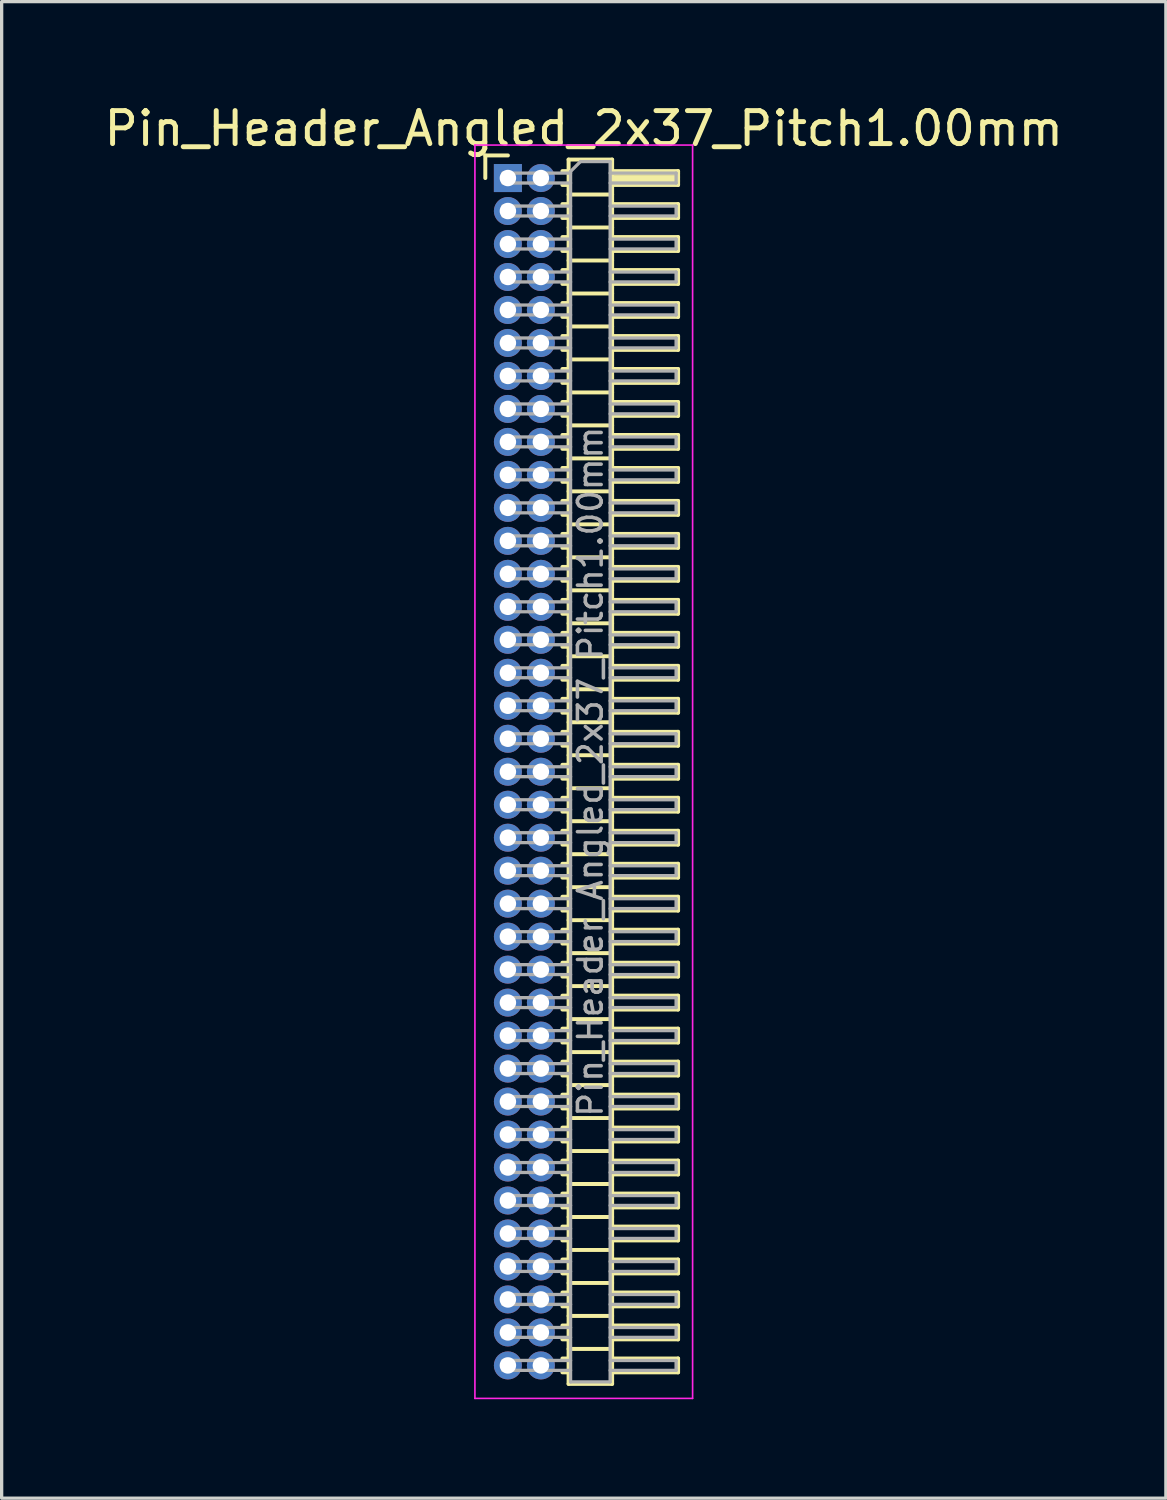
<source format=kicad_pcb>
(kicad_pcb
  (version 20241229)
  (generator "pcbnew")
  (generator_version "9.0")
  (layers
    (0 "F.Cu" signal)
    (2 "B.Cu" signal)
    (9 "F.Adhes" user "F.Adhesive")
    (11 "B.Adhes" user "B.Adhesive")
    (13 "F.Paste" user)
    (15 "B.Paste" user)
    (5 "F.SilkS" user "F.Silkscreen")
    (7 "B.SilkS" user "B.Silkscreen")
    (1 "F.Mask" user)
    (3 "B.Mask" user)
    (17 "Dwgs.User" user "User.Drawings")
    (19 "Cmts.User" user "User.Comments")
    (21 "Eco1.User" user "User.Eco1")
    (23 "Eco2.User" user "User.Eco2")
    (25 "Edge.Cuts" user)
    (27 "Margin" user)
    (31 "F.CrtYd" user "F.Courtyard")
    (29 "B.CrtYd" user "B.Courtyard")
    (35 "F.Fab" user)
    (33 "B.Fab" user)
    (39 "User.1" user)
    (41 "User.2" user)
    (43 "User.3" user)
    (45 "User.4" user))
  (footprint "Pin_Header_Angled_2x37_Pitch1.00mm"
    (layer "F.Cu")
    (at 12.349 2.348)
    (property "Reference" "Pin_Header_Angled_2x37_Pitch1.00mm" (at 2.3 -1.5 0) (layer "F.SilkS") (effects (font (size 1 1) (thickness 0.15))))
    (attr through_hole)
    (fp_line (start -0.685 -0.685) (end 0 -0.685) (stroke (width 0.12) (type solid)) (layer "F.SilkS"))
    (fp_line (start -0.685 0) (end -0.685 -0.685) (stroke (width 0.12) (type solid)) (layer "F.SilkS"))
    (fp_line (start 1.652 -0.21) (end 1.84 -0.21) (stroke (width 0.12) (type solid)) (layer "F.SilkS"))
    (fp_line (start 1.652 0.21) (end 1.84 0.21) (stroke (width 0.12) (type solid)) (layer "F.SilkS"))
    (fp_line (start 1.652 0.79) (end 1.84 0.79) (stroke (width 0.12) (type solid)) (layer "F.SilkS"))
    (fp_line (start 1.652 1.21) (end 1.84 1.21) (stroke (width 0.12) (type solid)) (layer "F.SilkS"))
    (fp_line (start 1.652 1.79) (end 1.84 1.79) (stroke (width 0.12) (type solid)) (layer "F.SilkS"))
    (fp_line (start 1.652 2.21) (end 1.84 2.21) (stroke (width 0.12) (type solid)) (layer "F.SilkS"))
    (fp_line (start 1.652 2.79) (end 1.84 2.79) (stroke (width 0.12) (type solid)) (layer "F.SilkS"))
    (fp_line (start 1.652 3.21) (end 1.84 3.21) (stroke (width 0.12) (type solid)) (layer "F.SilkS"))
    (fp_line (start 1.652 3.79) (end 1.84 3.79) (stroke (width 0.12) (type solid)) (layer "F.SilkS"))
    (fp_line (start 1.652 4.21) (end 1.84 4.21) (stroke (width 0.12) (type solid)) (layer "F.SilkS"))
    (fp_line (start 1.652 4.79) (end 1.84 4.79) (stroke (width 0.12) (type solid)) (layer "F.SilkS"))
    (fp_line (start 1.652 5.21) (end 1.84 5.21) (stroke (width 0.12) (type solid)) (layer "F.SilkS"))
    (fp_line (start 1.652 5.79) (end 1.84 5.79) (stroke (width 0.12) (type solid)) (layer "F.SilkS"))
    (fp_line (start 1.652 6.21) (end 1.84 6.21) (stroke (width 0.12) (type solid)) (layer "F.SilkS"))
    (fp_line (start 1.652 6.79) (end 1.84 6.79) (stroke (width 0.12) (type solid)) (layer "F.SilkS"))
    (fp_line (start 1.652 7.21) (end 1.84 7.21) (stroke (width 0.12) (type solid)) (layer "F.SilkS"))
    (fp_line (start 1.652 7.79) (end 1.84 7.79) (stroke (width 0.12) (type solid)) (layer "F.SilkS"))
    (fp_line (start 1.652 8.21) (end 1.84 8.21) (stroke (width 0.12) (type solid)) (layer "F.SilkS"))
    (fp_line (start 1.652 8.79) (end 1.84 8.79) (stroke (width 0.12) (type solid)) (layer "F.SilkS"))
    (fp_line (start 1.652 9.21) (end 1.84 9.21) (stroke (width 0.12) (type solid)) (layer "F.SilkS"))
    (fp_line (start 1.652 9.79) (end 1.84 9.79) (stroke (width 0.12) (type solid)) (layer "F.SilkS"))
    (fp_line (start 1.652 10.21) (end 1.84 10.21) (stroke (width 0.12) (type solid)) (layer "F.SilkS"))
    (fp_line (start 1.652 10.79) (end 1.84 10.79) (stroke (width 0.12) (type solid)) (layer "F.SilkS"))
    (fp_line (start 1.652 11.21) (end 1.84 11.21) (stroke (width 0.12) (type solid)) (layer "F.SilkS"))
    (fp_line (start 1.652 11.79) (end 1.84 11.79) (stroke (width 0.12) (type solid)) (layer "F.SilkS"))
    (fp_line (start 1.652 12.21) (end 1.84 12.21) (stroke (width 0.12) (type solid)) (layer "F.SilkS"))
    (fp_line (start 1.652 12.79) (end 1.84 12.79) (stroke (width 0.12) (type solid)) (layer "F.SilkS"))
    (fp_line (start 1.652 13.21) (end 1.84 13.21) (stroke (width 0.12) (type solid)) (layer "F.SilkS"))
    (fp_line (start 1.652 13.79) (end 1.84 13.79) (stroke (width 0.12) (type solid)) (layer "F.SilkS"))
    (fp_line (start 1.652 14.21) (end 1.84 14.21) (stroke (width 0.12) (type solid)) (layer "F.SilkS"))
    (fp_line (start 1.652 14.79) (end 1.84 14.79) (stroke (width 0.12) (type solid)) (layer "F.SilkS"))
    (fp_line (start 1.652 15.21) (end 1.84 15.21) (stroke (width 0.12) (type solid)) (layer "F.SilkS"))
    (fp_line (start 1.652 15.79) (end 1.84 15.79) (stroke (width 0.12) (type solid)) (layer "F.SilkS"))
    (fp_line (start 1.652 16.21) (end 1.84 16.21) (stroke (width 0.12) (type solid)) (layer "F.SilkS"))
    (fp_line (start 1.652 16.79) (end 1.84 16.79) (stroke (width 0.12) (type solid)) (layer "F.SilkS"))
    (fp_line (start 1.652 17.21) (end 1.84 17.21) (stroke (width 0.12) (type solid)) (layer "F.SilkS"))
    (fp_line (start 1.652 17.79) (end 1.84 17.79) (stroke (width 0.12) (type solid)) (layer "F.SilkS"))
    (fp_line (start 1.652 18.21) (end 1.84 18.21) (stroke (width 0.12) (type solid)) (layer "F.SilkS"))
    (fp_line (start 1.652 18.79) (end 1.84 18.79) (stroke (width 0.12) (type solid)) (layer "F.SilkS"))
    (fp_line (start 1.652 19.21) (end 1.84 19.21) (stroke (width 0.12) (type solid)) (layer "F.SilkS"))
    (fp_line (start 1.652 19.79) (end 1.84 19.79) (stroke (width 0.12) (type solid)) (layer "F.SilkS"))
    (fp_line (start 1.652 20.21) (end 1.84 20.21) (stroke (width 0.12) (type solid)) (layer "F.SilkS"))
    (fp_line (start 1.652 20.79) (end 1.84 20.79) (stroke (width 0.12) (type solid)) (layer "F.SilkS"))
    (fp_line (start 1.652 21.21) (end 1.84 21.21) (stroke (width 0.12) (type solid)) (layer "F.SilkS"))
    (fp_line (start 1.652 21.79) (end 1.84 21.79) (stroke (width 0.12) (type solid)) (layer "F.SilkS"))
    (fp_line (start 1.652 22.21) (end 1.84 22.21) (stroke (width 0.12) (type solid)) (layer "F.SilkS"))
    (fp_line (start 1.652 22.79) (end 1.84 22.79) (stroke (width 0.12) (type solid)) (layer "F.SilkS"))
    (fp_line (start 1.652 23.21) (end 1.84 23.21) (stroke (width 0.12) (type solid)) (layer "F.SilkS"))
    (fp_line (start 1.652 23.79) (end 1.84 23.79) (stroke (width 0.12) (type solid)) (layer "F.SilkS"))
    (fp_line (start 1.652 24.21) (end 1.84 24.21) (stroke (width 0.12) (type solid)) (layer "F.SilkS"))
    (fp_line (start 1.652 24.79) (end 1.84 24.79) (stroke (width 0.12) (type solid)) (layer "F.SilkS"))
    (fp_line (start 1.652 25.21) (end 1.84 25.21) (stroke (width 0.12) (type solid)) (layer "F.SilkS"))
    (fp_line (start 1.652 25.79) (end 1.84 25.79) (stroke (width 0.12) (type solid)) (layer "F.SilkS"))
    (fp_line (start 1.652 26.21) (end 1.84 26.21) (stroke (width 0.12) (type solid)) (layer "F.SilkS"))
    (fp_line (start 1.652 26.79) (end 1.84 26.79) (stroke (width 0.12) (type solid)) (layer "F.SilkS"))
    (fp_line (start 1.652 27.21) (end 1.84 27.21) (stroke (width 0.12) (type solid)) (layer "F.SilkS"))
    (fp_line (start 1.652 27.79) (end 1.84 27.79) (stroke (width 0.12) (type solid)) (layer "F.SilkS"))
    (fp_line (start 1.652 28.21) (end 1.84 28.21) (stroke (width 0.12) (type solid)) (layer "F.SilkS"))
    (fp_line (start 1.652 28.79) (end 1.84 28.79) (stroke (width 0.12) (type solid)) (layer "F.SilkS"))
    (fp_line (start 1.652 29.21) (end 1.84 29.21) (stroke (width 0.12) (type solid)) (layer "F.SilkS"))
    (fp_line (start 1.652 29.79) (end 1.84 29.79) (stroke (width 0.12) (type solid)) (layer "F.SilkS"))
    (fp_line (start 1.652 30.21) (end 1.84 30.21) (stroke (width 0.12) (type solid)) (layer "F.SilkS"))
    (fp_line (start 1.652 30.79) (end 1.84 30.79) (stroke (width 0.12) (type solid)) (layer "F.SilkS"))
    (fp_line (start 1.652 31.21) (end 1.84 31.21) (stroke (width 0.12) (type solid)) (layer "F.SilkS"))
    (fp_line (start 1.652 31.79) (end 1.84 31.79) (stroke (width 0.12) (type solid)) (layer "F.SilkS"))
    (fp_line (start 1.652 32.21) (end 1.84 32.21) (stroke (width 0.12) (type solid)) (layer "F.SilkS"))
    (fp_line (start 1.652 32.79) (end 1.84 32.79) (stroke (width 0.12) (type solid)) (layer "F.SilkS"))
    (fp_line (start 1.652 33.21) (end 1.84 33.21) (stroke (width 0.12) (type solid)) (layer "F.SilkS"))
    (fp_line (start 1.652 33.79) (end 1.84 33.79) (stroke (width 0.12) (type solid)) (layer "F.SilkS"))
    (fp_line (start 1.652 34.21) (end 1.84 34.21) (stroke (width 0.12) (type solid)) (layer "F.SilkS"))
    (fp_line (start 1.652 34.79) (end 1.84 34.79) (stroke (width 0.12) (type solid)) (layer "F.SilkS"))
    (fp_line (start 1.652 35.21) (end 1.84 35.21) (stroke (width 0.12) (type solid)) (layer "F.SilkS"))
    (fp_line (start 1.652 35.79) (end 1.84 35.79) (stroke (width 0.12) (type solid)) (layer "F.SilkS"))
    (fp_line (start 1.652 36.21) (end 1.84 36.21) (stroke (width 0.12) (type solid)) (layer "F.SilkS"))
    (fp_line (start 1.84 -0.56) (end 1.84 36.56) (stroke (width 0.12) (type solid)) (layer "F.SilkS"))
    (fp_line (start 1.84 0.5) (end 3.16 0.5) (stroke (width 0.12) (type solid)) (layer "F.SilkS"))
    (fp_line (start 1.84 1.5) (end 3.16 1.5) (stroke (width 0.12) (type solid)) (layer "F.SilkS"))
    (fp_line (start 1.84 2.5) (end 3.16 2.5) (stroke (width 0.12) (type solid)) (layer "F.SilkS"))
    (fp_line (start 1.84 3.5) (end 3.16 3.5) (stroke (width 0.12) (type solid)) (layer "F.SilkS"))
    (fp_line (start 1.84 4.5) (end 3.16 4.5) (stroke (width 0.12) (type solid)) (layer "F.SilkS"))
    (fp_line (start 1.84 5.5) (end 3.16 5.5) (stroke (width 0.12) (type solid)) (layer "F.SilkS"))
    (fp_line (start 1.84 6.5) (end 3.16 6.5) (stroke (width 0.12) (type solid)) (layer "F.SilkS"))
    (fp_line (start 1.84 7.5) (end 3.16 7.5) (stroke (width 0.12) (type solid)) (layer "F.SilkS"))
    (fp_line (start 1.84 8.5) (end 3.16 8.5) (stroke (width 0.12) (type solid)) (layer "F.SilkS"))
    (fp_line (start 1.84 9.5) (end 3.16 9.5) (stroke (width 0.12) (type solid)) (layer "F.SilkS"))
    (fp_line (start 1.84 10.5) (end 3.16 10.5) (stroke (width 0.12) (type solid)) (layer "F.SilkS"))
    (fp_line (start 1.84 11.5) (end 3.16 11.5) (stroke (width 0.12) (type solid)) (layer "F.SilkS"))
    (fp_line (start 1.84 12.5) (end 3.16 12.5) (stroke (width 0.12) (type solid)) (layer "F.SilkS"))
    (fp_line (start 1.84 13.5) (end 3.16 13.5) (stroke (width 0.12) (type solid)) (layer "F.SilkS"))
    (fp_line (start 1.84 14.5) (end 3.16 14.5) (stroke (width 0.12) (type solid)) (layer "F.SilkS"))
    (fp_line (start 1.84 15.5) (end 3.16 15.5) (stroke (width 0.12) (type solid)) (layer "F.SilkS"))
    (fp_line (start 1.84 16.5) (end 3.16 16.5) (stroke (width 0.12) (type solid)) (layer "F.SilkS"))
    (fp_line (start 1.84 17.5) (end 3.16 17.5) (stroke (width 0.12) (type solid)) (layer "F.SilkS"))
    (fp_line (start 1.84 18.5) (end 3.16 18.5) (stroke (width 0.12) (type solid)) (layer "F.SilkS"))
    (fp_line (start 1.84 19.5) (end 3.16 19.5) (stroke (width 0.12) (type solid)) (layer "F.SilkS"))
    (fp_line (start 1.84 20.5) (end 3.16 20.5) (stroke (width 0.12) (type solid)) (layer "F.SilkS"))
    (fp_line (start 1.84 21.5) (end 3.16 21.5) (stroke (width 0.12) (type solid)) (layer "F.SilkS"))
    (fp_line (start 1.84 22.5) (end 3.16 22.5) (stroke (width 0.12) (type solid)) (layer "F.SilkS"))
    (fp_line (start 1.84 23.5) (end 3.16 23.5) (stroke (width 0.12) (type solid)) (layer "F.SilkS"))
    (fp_line (start 1.84 24.5) (end 3.16 24.5) (stroke (width 0.12) (type solid)) (layer "F.SilkS"))
    (fp_line (start 1.84 25.5) (end 3.16 25.5) (stroke (width 0.12) (type solid)) (layer "F.SilkS"))
    (fp_line (start 1.84 26.5) (end 3.16 26.5) (stroke (width 0.12) (type solid)) (layer "F.SilkS"))
    (fp_line (start 1.84 27.5) (end 3.16 27.5) (stroke (width 0.12) (type solid)) (layer "F.SilkS"))
    (fp_line (start 1.84 28.5) (end 3.16 28.5) (stroke (width 0.12) (type solid)) (layer "F.SilkS"))
    (fp_line (start 1.84 29.5) (end 3.16 29.5) (stroke (width 0.12) (type solid)) (layer "F.SilkS"))
    (fp_line (start 1.84 30.5) (end 3.16 30.5) (stroke (width 0.12) (type solid)) (layer "F.SilkS"))
    (fp_line (start 1.84 31.5) (end 3.16 31.5) (stroke (width 0.12) (type solid)) (layer "F.SilkS"))
    (fp_line (start 1.84 32.5) (end 3.16 32.5) (stroke (width 0.12) (type solid)) (layer "F.SilkS"))
    (fp_line (start 1.84 33.5) (end 3.16 33.5) (stroke (width 0.12) (type solid)) (layer "F.SilkS"))
    (fp_line (start 1.84 34.5) (end 3.16 34.5) (stroke (width 0.12) (type solid)) (layer "F.SilkS"))
    (fp_line (start 1.84 35.5) (end 3.16 35.5) (stroke (width 0.12) (type solid)) (layer "F.SilkS"))
    (fp_line (start 1.84 36.56) (end 3.16 36.56) (stroke (width 0.12) (type solid)) (layer "F.SilkS"))
    (fp_line (start 3.16 -0.56) (end 1.84 -0.56) (stroke (width 0.12) (type solid)) (layer "F.SilkS"))
    (fp_line (start 3.16 -0.21) (end 5.16 -0.21) (stroke (width 0.12) (type solid)) (layer "F.SilkS"))
    (fp_line (start 3.16 -0.15) (end 5.16 -0.15) (stroke (width 0.12) (type solid)) (layer "F.SilkS"))
    (fp_line (start 3.16 -0.03) (end 5.16 -0.03) (stroke (width 0.12) (type solid)) (layer "F.SilkS"))
    (fp_line (start 3.16 0.09) (end 5.16 0.09) (stroke (width 0.12) (type solid)) (layer "F.SilkS"))
    (fp_line (start 3.16 0.79) (end 5.16 0.79) (stroke (width 0.12) (type solid)) (layer "F.SilkS"))
    (fp_line (start 3.16 1.79) (end 5.16 1.79) (stroke (width 0.12) (type solid)) (layer "F.SilkS"))
    (fp_line (start 3.16 2.79) (end 5.16 2.79) (stroke (width 0.12) (type solid)) (layer "F.SilkS"))
    (fp_line (start 3.16 3.79) (end 5.16 3.79) (stroke (width 0.12) (type solid)) (layer "F.SilkS"))
    (fp_line (start 3.16 4.79) (end 5.16 4.79) (stroke (width 0.12) (type solid)) (layer "F.SilkS"))
    (fp_line (start 3.16 5.79) (end 5.16 5.79) (stroke (width 0.12) (type solid)) (layer "F.SilkS"))
    (fp_line (start 3.16 6.79) (end 5.16 6.79) (stroke (width 0.12) (type solid)) (layer "F.SilkS"))
    (fp_line (start 3.16 7.79) (end 5.16 7.79) (stroke (width 0.12) (type solid)) (layer "F.SilkS"))
    (fp_line (start 3.16 8.79) (end 5.16 8.79) (stroke (width 0.12) (type solid)) (layer "F.SilkS"))
    (fp_line (start 3.16 9.79) (end 5.16 9.79) (stroke (width 0.12) (type solid)) (layer "F.SilkS"))
    (fp_line (start 3.16 10.79) (end 5.16 10.79) (stroke (width 0.12) (type solid)) (layer "F.SilkS"))
    (fp_line (start 3.16 11.79) (end 5.16 11.79) (stroke (width 0.12) (type solid)) (layer "F.SilkS"))
    (fp_line (start 3.16 12.79) (end 5.16 12.79) (stroke (width 0.12) (type solid)) (layer "F.SilkS"))
    (fp_line (start 3.16 13.79) (end 5.16 13.79) (stroke (width 0.12) (type solid)) (layer "F.SilkS"))
    (fp_line (start 3.16 14.79) (end 5.16 14.79) (stroke (width 0.12) (type solid)) (layer "F.SilkS"))
    (fp_line (start 3.16 15.79) (end 5.16 15.79) (stroke (width 0.12) (type solid)) (layer "F.SilkS"))
    (fp_line (start 3.16 16.79) (end 5.16 16.79) (stroke (width 0.12) (type solid)) (layer "F.SilkS"))
    (fp_line (start 3.16 17.79) (end 5.16 17.79) (stroke (width 0.12) (type solid)) (layer "F.SilkS"))
    (fp_line (start 3.16 18.79) (end 5.16 18.79) (stroke (width 0.12) (type solid)) (layer "F.SilkS"))
    (fp_line (start 3.16 19.79) (end 5.16 19.79) (stroke (width 0.12) (type solid)) (layer "F.SilkS"))
    (fp_line (start 3.16 20.79) (end 5.16 20.79) (stroke (width 0.12) (type solid)) (layer "F.SilkS"))
    (fp_line (start 3.16 21.79) (end 5.16 21.79) (stroke (width 0.12) (type solid)) (layer "F.SilkS"))
    (fp_line (start 3.16 22.79) (end 5.16 22.79) (stroke (width 0.12) (type solid)) (layer "F.SilkS"))
    (fp_line (start 3.16 23.79) (end 5.16 23.79) (stroke (width 0.12) (type solid)) (layer "F.SilkS"))
    (fp_line (start 3.16 24.79) (end 5.16 24.79) (stroke (width 0.12) (type solid)) (layer "F.SilkS"))
    (fp_line (start 3.16 25.79) (end 5.16 25.79) (stroke (width 0.12) (type solid)) (layer "F.SilkS"))
    (fp_line (start 3.16 26.79) (end 5.16 26.79) (stroke (width 0.12) (type solid)) (layer "F.SilkS"))
    (fp_line (start 3.16 27.79) (end 5.16 27.79) (stroke (width 0.12) (type solid)) (layer "F.SilkS"))
    (fp_line (start 3.16 28.79) (end 5.16 28.79) (stroke (width 0.12) (type solid)) (layer "F.SilkS"))
    (fp_line (start 3.16 29.79) (end 5.16 29.79) (stroke (width 0.12) (type solid)) (layer "F.SilkS"))
    (fp_line (start 3.16 30.79) (end 5.16 30.79) (stroke (width 0.12) (type solid)) (layer "F.SilkS"))
    (fp_line (start 3.16 31.79) (end 5.16 31.79) (stroke (width 0.12) (type solid)) (layer "F.SilkS"))
    (fp_line (start 3.16 32.79) (end 5.16 32.79) (stroke (width 0.12) (type solid)) (layer "F.SilkS"))
    (fp_line (start 3.16 33.79) (end 5.16 33.79) (stroke (width 0.12) (type solid)) (layer "F.SilkS"))
    (fp_line (start 3.16 34.79) (end 5.16 34.79) (stroke (width 0.12) (type solid)) (layer "F.SilkS"))
    (fp_line (start 3.16 35.79) (end 5.16 35.79) (stroke (width 0.12) (type solid)) (layer "F.SilkS"))
    (fp_line (start 3.16 36.56) (end 3.16 -0.56) (stroke (width 0.12) (type solid)) (layer "F.SilkS"))
    (fp_line (start 5.16 -0.21) (end 5.16 0.21) (stroke (width 0.12) (type solid)) (layer "F.SilkS"))
    (fp_line (start 5.16 0.21) (end 3.16 0.21) (stroke (width 0.12) (type solid)) (layer "F.SilkS"))
    (fp_line (start 5.16 0.79) (end 5.16 1.21) (stroke (width 0.12) (type solid)) (layer "F.SilkS"))
    (fp_line (start 5.16 1.21) (end 3.16 1.21) (stroke (width 0.12) (type solid)) (layer "F.SilkS"))
    (fp_line (start 5.16 1.79) (end 5.16 2.21) (stroke (width 0.12) (type solid)) (layer "F.SilkS"))
    (fp_line (start 5.16 2.21) (end 3.16 2.21) (stroke (width 0.12) (type solid)) (layer "F.SilkS"))
    (fp_line (start 5.16 2.79) (end 5.16 3.21) (stroke (width 0.12) (type solid)) (layer "F.SilkS"))
    (fp_line (start 5.16 3.21) (end 3.16 3.21) (stroke (width 0.12) (type solid)) (layer "F.SilkS"))
    (fp_line (start 5.16 3.79) (end 5.16 4.21) (stroke (width 0.12) (type solid)) (layer "F.SilkS"))
    (fp_line (start 5.16 4.21) (end 3.16 4.21) (stroke (width 0.12) (type solid)) (layer "F.SilkS"))
    (fp_line (start 5.16 4.79) (end 5.16 5.21) (stroke (width 0.12) (type solid)) (layer "F.SilkS"))
    (fp_line (start 5.16 5.21) (end 3.16 5.21) (stroke (width 0.12) (type solid)) (layer "F.SilkS"))
    (fp_line (start 5.16 5.79) (end 5.16 6.21) (stroke (width 0.12) (type solid)) (layer "F.SilkS"))
    (fp_line (start 5.16 6.21) (end 3.16 6.21) (stroke (width 0.12) (type solid)) (layer "F.SilkS"))
    (fp_line (start 5.16 6.79) (end 5.16 7.21) (stroke (width 0.12) (type solid)) (layer "F.SilkS"))
    (fp_line (start 5.16 7.21) (end 3.16 7.21) (stroke (width 0.12) (type solid)) (layer "F.SilkS"))
    (fp_line (start 5.16 7.79) (end 5.16 8.21) (stroke (width 0.12) (type solid)) (layer "F.SilkS"))
    (fp_line (start 5.16 8.21) (end 3.16 8.21) (stroke (width 0.12) (type solid)) (layer "F.SilkS"))
    (fp_line (start 5.16 8.79) (end 5.16 9.21) (stroke (width 0.12) (type solid)) (layer "F.SilkS"))
    (fp_line (start 5.16 9.21) (end 3.16 9.21) (stroke (width 0.12) (type solid)) (layer "F.SilkS"))
    (fp_line (start 5.16 9.79) (end 5.16 10.21) (stroke (width 0.12) (type solid)) (layer "F.SilkS"))
    (fp_line (start 5.16 10.21) (end 3.16 10.21) (stroke (width 0.12) (type solid)) (layer "F.SilkS"))
    (fp_line (start 5.16 10.79) (end 5.16 11.21) (stroke (width 0.12) (type solid)) (layer "F.SilkS"))
    (fp_line (start 5.16 11.21) (end 3.16 11.21) (stroke (width 0.12) (type solid)) (layer "F.SilkS"))
    (fp_line (start 5.16 11.79) (end 5.16 12.21) (stroke (width 0.12) (type solid)) (layer "F.SilkS"))
    (fp_line (start 5.16 12.21) (end 3.16 12.21) (stroke (width 0.12) (type solid)) (layer "F.SilkS"))
    (fp_line (start 5.16 12.79) (end 5.16 13.21) (stroke (width 0.12) (type solid)) (layer "F.SilkS"))
    (fp_line (start 5.16 13.21) (end 3.16 13.21) (stroke (width 0.12) (type solid)) (layer "F.SilkS"))
    (fp_line (start 5.16 13.79) (end 5.16 14.21) (stroke (width 0.12) (type solid)) (layer "F.SilkS"))
    (fp_line (start 5.16 14.21) (end 3.16 14.21) (stroke (width 0.12) (type solid)) (layer "F.SilkS"))
    (fp_line (start 5.16 14.79) (end 5.16 15.21) (stroke (width 0.12) (type solid)) (layer "F.SilkS"))
    (fp_line (start 5.16 15.21) (end 3.16 15.21) (stroke (width 0.12) (type solid)) (layer "F.SilkS"))
    (fp_line (start 5.16 15.79) (end 5.16 16.21) (stroke (width 0.12) (type solid)) (layer "F.SilkS"))
    (fp_line (start 5.16 16.21) (end 3.16 16.21) (stroke (width 0.12) (type solid)) (layer "F.SilkS"))
    (fp_line (start 5.16 16.79) (end 5.16 17.21) (stroke (width 0.12) (type solid)) (layer "F.SilkS"))
    (fp_line (start 5.16 17.21) (end 3.16 17.21) (stroke (width 0.12) (type solid)) (layer "F.SilkS"))
    (fp_line (start 5.16 17.79) (end 5.16 18.21) (stroke (width 0.12) (type solid)) (layer "F.SilkS"))
    (fp_line (start 5.16 18.21) (end 3.16 18.21) (stroke (width 0.12) (type solid)) (layer "F.SilkS"))
    (fp_line (start 5.16 18.79) (end 5.16 19.21) (stroke (width 0.12) (type solid)) (layer "F.SilkS"))
    (fp_line (start 5.16 19.21) (end 3.16 19.21) (stroke (width 0.12) (type solid)) (layer "F.SilkS"))
    (fp_line (start 5.16 19.79) (end 5.16 20.21) (stroke (width 0.12) (type solid)) (layer "F.SilkS"))
    (fp_line (start 5.16 20.21) (end 3.16 20.21) (stroke (width 0.12) (type solid)) (layer "F.SilkS"))
    (fp_line (start 5.16 20.79) (end 5.16 21.21) (stroke (width 0.12) (type solid)) (layer "F.SilkS"))
    (fp_line (start 5.16 21.21) (end 3.16 21.21) (stroke (width 0.12) (type solid)) (layer "F.SilkS"))
    (fp_line (start 5.16 21.79) (end 5.16 22.21) (stroke (width 0.12) (type solid)) (layer "F.SilkS"))
    (fp_line (start 5.16 22.21) (end 3.16 22.21) (stroke (width 0.12) (type solid)) (layer "F.SilkS"))
    (fp_line (start 5.16 22.79) (end 5.16 23.21) (stroke (width 0.12) (type solid)) (layer "F.SilkS"))
    (fp_line (start 5.16 23.21) (end 3.16 23.21) (stroke (width 0.12) (type solid)) (layer "F.SilkS"))
    (fp_line (start 5.16 23.79) (end 5.16 24.21) (stroke (width 0.12) (type solid)) (layer "F.SilkS"))
    (fp_line (start 5.16 24.21) (end 3.16 24.21) (stroke (width 0.12) (type solid)) (layer "F.SilkS"))
    (fp_line (start 5.16 24.79) (end 5.16 25.21) (stroke (width 0.12) (type solid)) (layer "F.SilkS"))
    (fp_line (start 5.16 25.21) (end 3.16 25.21) (stroke (width 0.12) (type solid)) (layer "F.SilkS"))
    (fp_line (start 5.16 25.79) (end 5.16 26.21) (stroke (width 0.12) (type solid)) (layer "F.SilkS"))
    (fp_line (start 5.16 26.21) (end 3.16 26.21) (stroke (width 0.12) (type solid)) (layer "F.SilkS"))
    (fp_line (start 5.16 26.79) (end 5.16 27.21) (stroke (width 0.12) (type solid)) (layer "F.SilkS"))
    (fp_line (start 5.16 27.21) (end 3.16 27.21) (stroke (width 0.12) (type solid)) (layer "F.SilkS"))
    (fp_line (start 5.16 27.79) (end 5.16 28.21) (stroke (width 0.12) (type solid)) (layer "F.SilkS"))
    (fp_line (start 5.16 28.21) (end 3.16 28.21) (stroke (width 0.12) (type solid)) (layer "F.SilkS"))
    (fp_line (start 5.16 28.79) (end 5.16 29.21) (stroke (width 0.12) (type solid)) (layer "F.SilkS"))
    (fp_line (start 5.16 29.21) (end 3.16 29.21) (stroke (width 0.12) (type solid)) (layer "F.SilkS"))
    (fp_line (start 5.16 29.79) (end 5.16 30.21) (stroke (width 0.12) (type solid)) (layer "F.SilkS"))
    (fp_line (start 5.16 30.21) (end 3.16 30.21) (stroke (width 0.12) (type solid)) (layer "F.SilkS"))
    (fp_line (start 5.16 30.79) (end 5.16 31.21) (stroke (width 0.12) (type solid)) (layer "F.SilkS"))
    (fp_line (start 5.16 31.21) (end 3.16 31.21) (stroke (width 0.12) (type solid)) (layer "F.SilkS"))
    (fp_line (start 5.16 31.79) (end 5.16 32.21) (stroke (width 0.12) (type solid)) (layer "F.SilkS"))
    (fp_line (start 5.16 32.21) (end 3.16 32.21) (stroke (width 0.12) (type solid)) (layer "F.SilkS"))
    (fp_line (start 5.16 32.79) (end 5.16 33.21) (stroke (width 0.12) (type solid)) (layer "F.SilkS"))
    (fp_line (start 5.16 33.21) (end 3.16 33.21) (stroke (width 0.12) (type solid)) (layer "F.SilkS"))
    (fp_line (start 5.16 33.79) (end 5.16 34.21) (stroke (width 0.12) (type solid)) (layer "F.SilkS"))
    (fp_line (start 5.16 34.21) (end 3.16 34.21) (stroke (width 0.12) (type solid)) (layer "F.SilkS"))
    (fp_line (start 5.16 34.79) (end 5.16 35.21) (stroke (width 0.12) (type solid)) (layer "F.SilkS"))
    (fp_line (start 5.16 35.21) (end 3.16 35.21) (stroke (width 0.12) (type solid)) (layer "F.SilkS"))
    (fp_line (start 5.16 35.79) (end 5.16 36.21) (stroke (width 0.12) (type solid)) (layer "F.SilkS"))
    (fp_line (start 5.16 36.21) (end 3.16 36.21) (stroke (width 0.12) (type solid)) (layer "F.SilkS"))
    (fp_line (start -1 -1) (end -1 37) (stroke (width 0.05) (type solid)) (layer "F.CrtYd"))
    (fp_line (start -1 37) (end 5.6 37) (stroke (width 0.05) (type solid)) (layer "F.CrtYd"))
    (fp_line (start 5.6 -1) (end -1 -1) (stroke (width 0.05) (type solid)) (layer "F.CrtYd"))
    (fp_line (start 5.6 37) (end 5.6 -1) (stroke (width 0.05) (type solid)) (layer "F.CrtYd"))
    (fp_line (start -0.15 -0.15) (end -0.15 0.15) (stroke (width 0.1) (type solid)) (layer "F.Fab"))
    (fp_line (start -0.15 -0.15) (end 1.9 -0.15) (stroke (width 0.1) (type solid)) (layer "F.Fab"))
    (fp_line (start -0.15 0.15) (end 1.9 0.15) (stroke (width 0.1) (type solid)) (layer "F.Fab"))
    (fp_line (start -0.15 0.85) (end -0.15 1.15) (stroke (width 0.1) (type solid)) (layer "F.Fab"))
    (fp_line (start -0.15 0.85) (end 1.9 0.85) (stroke (width 0.1) (type solid)) (layer "F.Fab"))
    (fp_line (start -0.15 1.15) (end 1.9 1.15) (stroke (width 0.1) (type solid)) (layer "F.Fab"))
    (fp_line (start -0.15 1.85) (end -0.15 2.15) (stroke (width 0.1) (type solid)) (layer "F.Fab"))
    (fp_line (start -0.15 1.85) (end 1.9 1.85) (stroke (width 0.1) (type solid)) (layer "F.Fab"))
    (fp_line (start -0.15 2.15) (end 1.9 2.15) (stroke (width 0.1) (type solid)) (layer "F.Fab"))
    (fp_line (start -0.15 2.85) (end -0.15 3.15) (stroke (width 0.1) (type solid)) (layer "F.Fab"))
    (fp_line (start -0.15 2.85) (end 1.9 2.85) (stroke (width 0.1) (type solid)) (layer "F.Fab"))
    (fp_line (start -0.15 3.15) (end 1.9 3.15) (stroke (width 0.1) (type solid)) (layer "F.Fab"))
    (fp_line (start -0.15 3.85) (end -0.15 4.15) (stroke (width 0.1) (type solid)) (layer "F.Fab"))
    (fp_line (start -0.15 3.85) (end 1.9 3.85) (stroke (width 0.1) (type solid)) (layer "F.Fab"))
    (fp_line (start -0.15 4.15) (end 1.9 4.15) (stroke (width 0.1) (type solid)) (layer "F.Fab"))
    (fp_line (start -0.15 4.85) (end -0.15 5.15) (stroke (width 0.1) (type solid)) (layer "F.Fab"))
    (fp_line (start -0.15 4.85) (end 1.9 4.85) (stroke (width 0.1) (type solid)) (layer "F.Fab"))
    (fp_line (start -0.15 5.15) (end 1.9 5.15) (stroke (width 0.1) (type solid)) (layer "F.Fab"))
    (fp_line (start -0.15 5.85) (end -0.15 6.15) (stroke (width 0.1) (type solid)) (layer "F.Fab"))
    (fp_line (start -0.15 5.85) (end 1.9 5.85) (stroke (width 0.1) (type solid)) (layer "F.Fab"))
    (fp_line (start -0.15 6.15) (end 1.9 6.15) (stroke (width 0.1) (type solid)) (layer "F.Fab"))
    (fp_line (start -0.15 6.85) (end -0.15 7.15) (stroke (width 0.1) (type solid)) (layer "F.Fab"))
    (fp_line (start -0.15 6.85) (end 1.9 6.85) (stroke (width 0.1) (type solid)) (layer "F.Fab"))
    (fp_line (start -0.15 7.15) (end 1.9 7.15) (stroke (width 0.1) (type solid)) (layer "F.Fab"))
    (fp_line (start -0.15 7.85) (end -0.15 8.15) (stroke (width 0.1) (type solid)) (layer "F.Fab"))
    (fp_line (start -0.15 7.85) (end 1.9 7.85) (stroke (width 0.1) (type solid)) (layer "F.Fab"))
    (fp_line (start -0.15 8.15) (end 1.9 8.15) (stroke (width 0.1) (type solid)) (layer "F.Fab"))
    (fp_line (start -0.15 8.85) (end -0.15 9.15) (stroke (width 0.1) (type solid)) (layer "F.Fab"))
    (fp_line (start -0.15 8.85) (end 1.9 8.85) (stroke (width 0.1) (type solid)) (layer "F.Fab"))
    (fp_line (start -0.15 9.15) (end 1.9 9.15) (stroke (width 0.1) (type solid)) (layer "F.Fab"))
    (fp_line (start -0.15 9.85) (end -0.15 10.15) (stroke (width 0.1) (type solid)) (layer "F.Fab"))
    (fp_line (start -0.15 9.85) (end 1.9 9.85) (stroke (width 0.1) (type solid)) (layer "F.Fab"))
    (fp_line (start -0.15 10.15) (end 1.9 10.15) (stroke (width 0.1) (type solid)) (layer "F.Fab"))
    (fp_line (start -0.15 10.85) (end -0.15 11.15) (stroke (width 0.1) (type solid)) (layer "F.Fab"))
    (fp_line (start -0.15 10.85) (end 1.9 10.85) (stroke (width 0.1) (type solid)) (layer "F.Fab"))
    (fp_line (start -0.15 11.15) (end 1.9 11.15) (stroke (width 0.1) (type solid)) (layer "F.Fab"))
    (fp_line (start -0.15 11.85) (end -0.15 12.15) (stroke (width 0.1) (type solid)) (layer "F.Fab"))
    (fp_line (start -0.15 11.85) (end 1.9 11.85) (stroke (width 0.1) (type solid)) (layer "F.Fab"))
    (fp_line (start -0.15 12.15) (end 1.9 12.15) (stroke (width 0.1) (type solid)) (layer "F.Fab"))
    (fp_line (start -0.15 12.85) (end -0.15 13.15) (stroke (width 0.1) (type solid)) (layer "F.Fab"))
    (fp_line (start -0.15 12.85) (end 1.9 12.85) (stroke (width 0.1) (type solid)) (layer "F.Fab"))
    (fp_line (start -0.15 13.15) (end 1.9 13.15) (stroke (width 0.1) (type solid)) (layer "F.Fab"))
    (fp_line (start -0.15 13.85) (end -0.15 14.15) (stroke (width 0.1) (type solid)) (layer "F.Fab"))
    (fp_line (start -0.15 13.85) (end 1.9 13.85) (stroke (width 0.1) (type solid)) (layer "F.Fab"))
    (fp_line (start -0.15 14.15) (end 1.9 14.15) (stroke (width 0.1) (type solid)) (layer "F.Fab"))
    (fp_line (start -0.15 14.85) (end -0.15 15.15) (stroke (width 0.1) (type solid)) (layer "F.Fab"))
    (fp_line (start -0.15 14.85) (end 1.9 14.85) (stroke (width 0.1) (type solid)) (layer "F.Fab"))
    (fp_line (start -0.15 15.15) (end 1.9 15.15) (stroke (width 0.1) (type solid)) (layer "F.Fab"))
    (fp_line (start -0.15 15.85) (end -0.15 16.15) (stroke (width 0.1) (type solid)) (layer "F.Fab"))
    (fp_line (start -0.15 15.85) (end 1.9 15.85) (stroke (width 0.1) (type solid)) (layer "F.Fab"))
    (fp_line (start -0.15 16.15) (end 1.9 16.15) (stroke (width 0.1) (type solid)) (layer "F.Fab"))
    (fp_line (start -0.15 16.85) (end -0.15 17.15) (stroke (width 0.1) (type solid)) (layer "F.Fab"))
    (fp_line (start -0.15 16.85) (end 1.9 16.85) (stroke (width 0.1) (type solid)) (layer "F.Fab"))
    (fp_line (start -0.15 17.15) (end 1.9 17.15) (stroke (width 0.1) (type solid)) (layer "F.Fab"))
    (fp_line (start -0.15 17.85) (end -0.15 18.15) (stroke (width 0.1) (type solid)) (layer "F.Fab"))
    (fp_line (start -0.15 17.85) (end 1.9 17.85) (stroke (width 0.1) (type solid)) (layer "F.Fab"))
    (fp_line (start -0.15 18.15) (end 1.9 18.15) (stroke (width 0.1) (type solid)) (layer "F.Fab"))
    (fp_line (start -0.15 18.85) (end -0.15 19.15) (stroke (width 0.1) (type solid)) (layer "F.Fab"))
    (fp_line (start -0.15 18.85) (end 1.9 18.85) (stroke (width 0.1) (type solid)) (layer "F.Fab"))
    (fp_line (start -0.15 19.15) (end 1.9 19.15) (stroke (width 0.1) (type solid)) (layer "F.Fab"))
    (fp_line (start -0.15 19.85) (end -0.15 20.15) (stroke (width 0.1) (type solid)) (layer "F.Fab"))
    (fp_line (start -0.15 19.85) (end 1.9 19.85) (stroke (width 0.1) (type solid)) (layer "F.Fab"))
    (fp_line (start -0.15 20.15) (end 1.9 20.15) (stroke (width 0.1) (type solid)) (layer "F.Fab"))
    (fp_line (start -0.15 20.85) (end -0.15 21.15) (stroke (width 0.1) (type solid)) (layer "F.Fab"))
    (fp_line (start -0.15 20.85) (end 1.9 20.85) (stroke (width 0.1) (type solid)) (layer "F.Fab"))
    (fp_line (start -0.15 21.15) (end 1.9 21.15) (stroke (width 0.1) (type solid)) (layer "F.Fab"))
    (fp_line (start -0.15 21.85) (end -0.15 22.15) (stroke (width 0.1) (type solid)) (layer "F.Fab"))
    (fp_line (start -0.15 21.85) (end 1.9 21.85) (stroke (width 0.1) (type solid)) (layer "F.Fab"))
    (fp_line (start -0.15 22.15) (end 1.9 22.15) (stroke (width 0.1) (type solid)) (layer "F.Fab"))
    (fp_line (start -0.15 22.85) (end -0.15 23.15) (stroke (width 0.1) (type solid)) (layer "F.Fab"))
    (fp_line (start -0.15 22.85) (end 1.9 22.85) (stroke (width 0.1) (type solid)) (layer "F.Fab"))
    (fp_line (start -0.15 23.15) (end 1.9 23.15) (stroke (width 0.1) (type solid)) (layer "F.Fab"))
    (fp_line (start -0.15 23.85) (end -0.15 24.15) (stroke (width 0.1) (type solid)) (layer "F.Fab"))
    (fp_line (start -0.15 23.85) (end 1.9 23.85) (stroke (width 0.1) (type solid)) (layer "F.Fab"))
    (fp_line (start -0.15 24.15) (end 1.9 24.15) (stroke (width 0.1) (type solid)) (layer "F.Fab"))
    (fp_line (start -0.15 24.85) (end -0.15 25.15) (stroke (width 0.1) (type solid)) (layer "F.Fab"))
    (fp_line (start -0.15 24.85) (end 1.9 24.85) (stroke (width 0.1) (type solid)) (layer "F.Fab"))
    (fp_line (start -0.15 25.15) (end 1.9 25.15) (stroke (width 0.1) (type solid)) (layer "F.Fab"))
    (fp_line (start -0.15 25.85) (end -0.15 26.15) (stroke (width 0.1) (type solid)) (layer "F.Fab"))
    (fp_line (start -0.15 25.85) (end 1.9 25.85) (stroke (width 0.1) (type solid)) (layer "F.Fab"))
    (fp_line (start -0.15 26.15) (end 1.9 26.15) (stroke (width 0.1) (type solid)) (layer "F.Fab"))
    (fp_line (start -0.15 26.85) (end -0.15 27.15) (stroke (width 0.1) (type solid)) (layer "F.Fab"))
    (fp_line (start -0.15 26.85) (end 1.9 26.85) (stroke (width 0.1) (type solid)) (layer "F.Fab"))
    (fp_line (start -0.15 27.15) (end 1.9 27.15) (stroke (width 0.1) (type solid)) (layer "F.Fab"))
    (fp_line (start -0.15 27.85) (end -0.15 28.15) (stroke (width 0.1) (type solid)) (layer "F.Fab"))
    (fp_line (start -0.15 27.85) (end 1.9 27.85) (stroke (width 0.1) (type solid)) (layer "F.Fab"))
    (fp_line (start -0.15 28.15) (end 1.9 28.15) (stroke (width 0.1) (type solid)) (layer "F.Fab"))
    (fp_line (start -0.15 28.85) (end -0.15 29.15) (stroke (width 0.1) (type solid)) (layer "F.Fab"))
    (fp_line (start -0.15 28.85) (end 1.9 28.85) (stroke (width 0.1) (type solid)) (layer "F.Fab"))
    (fp_line (start -0.15 29.15) (end 1.9 29.15) (stroke (width 0.1) (type solid)) (layer "F.Fab"))
    (fp_line (start -0.15 29.85) (end -0.15 30.15) (stroke (width 0.1) (type solid)) (layer "F.Fab"))
    (fp_line (start -0.15 29.85) (end 1.9 29.85) (stroke (width 0.1) (type solid)) (layer "F.Fab"))
    (fp_line (start -0.15 30.15) (end 1.9 30.15) (stroke (width 0.1) (type solid)) (layer "F.Fab"))
    (fp_line (start -0.15 30.85) (end -0.15 31.15) (stroke (width 0.1) (type solid)) (layer "F.Fab"))
    (fp_line (start -0.15 30.85) (end 1.9 30.85) (stroke (width 0.1) (type solid)) (layer "F.Fab"))
    (fp_line (start -0.15 31.15) (end 1.9 31.15) (stroke (width 0.1) (type solid)) (layer "F.Fab"))
    (fp_line (start -0.15 31.85) (end -0.15 32.15) (stroke (width 0.1) (type solid)) (layer "F.Fab"))
    (fp_line (start -0.15 31.85) (end 1.9 31.85) (stroke (width 0.1) (type solid)) (layer "F.Fab"))
    (fp_line (start -0.15 32.15) (end 1.9 32.15) (stroke (width 0.1) (type solid)) (layer "F.Fab"))
    (fp_line (start -0.15 32.85) (end -0.15 33.15) (stroke (width 0.1) (type solid)) (layer "F.Fab"))
    (fp_line (start -0.15 32.85) (end 1.9 32.85) (stroke (width 0.1) (type solid)) (layer "F.Fab"))
    (fp_line (start -0.15 33.15) (end 1.9 33.15) (stroke (width 0.1) (type solid)) (layer "F.Fab"))
    (fp_line (start -0.15 33.85) (end -0.15 34.15) (stroke (width 0.1) (type solid)) (layer "F.Fab"))
    (fp_line (start -0.15 33.85) (end 1.9 33.85) (stroke (width 0.1) (type solid)) (layer "F.Fab"))
    (fp_line (start -0.15 34.15) (end 1.9 34.15) (stroke (width 0.1) (type solid)) (layer "F.Fab"))
    (fp_line (start -0.15 34.85) (end -0.15 35.15) (stroke (width 0.1) (type solid)) (layer "F.Fab"))
    (fp_line (start -0.15 34.85) (end 1.9 34.85) (stroke (width 0.1) (type solid)) (layer "F.Fab"))
    (fp_line (start -0.15 35.15) (end 1.9 35.15) (stroke (width 0.1) (type solid)) (layer "F.Fab"))
    (fp_line (start -0.15 35.85) (end -0.15 36.15) (stroke (width 0.1) (type solid)) (layer "F.Fab"))
    (fp_line (start -0.15 35.85) (end 1.9 35.85) (stroke (width 0.1) (type solid)) (layer "F.Fab"))
    (fp_line (start -0.15 36.15) (end 1.9 36.15) (stroke (width 0.1) (type solid)) (layer "F.Fab"))
    (fp_line (start 1.9 -0.2) (end 2.2 -0.5) (stroke (width 0.1) (type solid)) (layer "F.Fab"))
    (fp_line (start 1.9 36.5) (end 1.9 -0.2) (stroke (width 0.1) (type solid)) (layer "F.Fab"))
    (fp_line (start 2.2 -0.5) (end 3.1 -0.5) (stroke (width 0.1) (type solid)) (layer "F.Fab"))
    (fp_line (start 3.1 -0.5) (end 3.1 36.5) (stroke (width 0.1) (type solid)) (layer "F.Fab"))
    (fp_line (start 3.1 -0.15) (end 5.1 -0.15) (stroke (width 0.1) (type solid)) (layer "F.Fab"))
    (fp_line (start 3.1 0.15) (end 5.1 0.15) (stroke (width 0.1) (type solid)) (layer "F.Fab"))
    (fp_line (start 3.1 0.85) (end 5.1 0.85) (stroke (width 0.1) (type solid)) (layer "F.Fab"))
    (fp_line (start 3.1 1.15) (end 5.1 1.15) (stroke (width 0.1) (type solid)) (layer "F.Fab"))
    (fp_line (start 3.1 1.85) (end 5.1 1.85) (stroke (width 0.1) (type solid)) (layer "F.Fab"))
    (fp_line (start 3.1 2.15) (end 5.1 2.15) (stroke (width 0.1) (type solid)) (layer "F.Fab"))
    (fp_line (start 3.1 2.85) (end 5.1 2.85) (stroke (width 0.1) (type solid)) (layer "F.Fab"))
    (fp_line (start 3.1 3.15) (end 5.1 3.15) (stroke (width 0.1) (type solid)) (layer "F.Fab"))
    (fp_line (start 3.1 3.85) (end 5.1 3.85) (stroke (width 0.1) (type solid)) (layer "F.Fab"))
    (fp_line (start 3.1 4.15) (end 5.1 4.15) (stroke (width 0.1) (type solid)) (layer "F.Fab"))
    (fp_line (start 3.1 4.85) (end 5.1 4.85) (stroke (width 0.1) (type solid)) (layer "F.Fab"))
    (fp_line (start 3.1 5.15) (end 5.1 5.15) (stroke (width 0.1) (type solid)) (layer "F.Fab"))
    (fp_line (start 3.1 5.85) (end 5.1 5.85) (stroke (width 0.1) (type solid)) (layer "F.Fab"))
    (fp_line (start 3.1 6.15) (end 5.1 6.15) (stroke (width 0.1) (type solid)) (layer "F.Fab"))
    (fp_line (start 3.1 6.85) (end 5.1 6.85) (stroke (width 0.1) (type solid)) (layer "F.Fab"))
    (fp_line (start 3.1 7.15) (end 5.1 7.15) (stroke (width 0.1) (type solid)) (layer "F.Fab"))
    (fp_line (start 3.1 7.85) (end 5.1 7.85) (stroke (width 0.1) (type solid)) (layer "F.Fab"))
    (fp_line (start 3.1 8.15) (end 5.1 8.15) (stroke (width 0.1) (type solid)) (layer "F.Fab"))
    (fp_line (start 3.1 8.85) (end 5.1 8.85) (stroke (width 0.1) (type solid)) (layer "F.Fab"))
    (fp_line (start 3.1 9.15) (end 5.1 9.15) (stroke (width 0.1) (type solid)) (layer "F.Fab"))
    (fp_line (start 3.1 9.85) (end 5.1 9.85) (stroke (width 0.1) (type solid)) (layer "F.Fab"))
    (fp_line (start 3.1 10.15) (end 5.1 10.15) (stroke (width 0.1) (type solid)) (layer "F.Fab"))
    (fp_line (start 3.1 10.85) (end 5.1 10.85) (stroke (width 0.1) (type solid)) (layer "F.Fab"))
    (fp_line (start 3.1 11.15) (end 5.1 11.15) (stroke (width 0.1) (type solid)) (layer "F.Fab"))
    (fp_line (start 3.1 11.85) (end 5.1 11.85) (stroke (width 0.1) (type solid)) (layer "F.Fab"))
    (fp_line (start 3.1 12.15) (end 5.1 12.15) (stroke (width 0.1) (type solid)) (layer "F.Fab"))
    (fp_line (start 3.1 12.85) (end 5.1 12.85) (stroke (width 0.1) (type solid)) (layer "F.Fab"))
    (fp_line (start 3.1 13.15) (end 5.1 13.15) (stroke (width 0.1) (type solid)) (layer "F.Fab"))
    (fp_line (start 3.1 13.85) (end 5.1 13.85) (stroke (width 0.1) (type solid)) (layer "F.Fab"))
    (fp_line (start 3.1 14.15) (end 5.1 14.15) (stroke (width 0.1) (type solid)) (layer "F.Fab"))
    (fp_line (start 3.1 14.85) (end 5.1 14.85) (stroke (width 0.1) (type solid)) (layer "F.Fab"))
    (fp_line (start 3.1 15.15) (end 5.1 15.15) (stroke (width 0.1) (type solid)) (layer "F.Fab"))
    (fp_line (start 3.1 15.85) (end 5.1 15.85) (stroke (width 0.1) (type solid)) (layer "F.Fab"))
    (fp_line (start 3.1 16.15) (end 5.1 16.15) (stroke (width 0.1) (type solid)) (layer "F.Fab"))
    (fp_line (start 3.1 16.85) (end 5.1 16.85) (stroke (width 0.1) (type solid)) (layer "F.Fab"))
    (fp_line (start 3.1 17.15) (end 5.1 17.15) (stroke (width 0.1) (type solid)) (layer "F.Fab"))
    (fp_line (start 3.1 17.85) (end 5.1 17.85) (stroke (width 0.1) (type solid)) (layer "F.Fab"))
    (fp_line (start 3.1 18.15) (end 5.1 18.15) (stroke (width 0.1) (type solid)) (layer "F.Fab"))
    (fp_line (start 3.1 18.85) (end 5.1 18.85) (stroke (width 0.1) (type solid)) (layer "F.Fab"))
    (fp_line (start 3.1 19.15) (end 5.1 19.15) (stroke (width 0.1) (type solid)) (layer "F.Fab"))
    (fp_line (start 3.1 19.85) (end 5.1 19.85) (stroke (width 0.1) (type solid)) (layer "F.Fab"))
    (fp_line (start 3.1 20.15) (end 5.1 20.15) (stroke (width 0.1) (type solid)) (layer "F.Fab"))
    (fp_line (start 3.1 20.85) (end 5.1 20.85) (stroke (width 0.1) (type solid)) (layer "F.Fab"))
    (fp_line (start 3.1 21.15) (end 5.1 21.15) (stroke (width 0.1) (type solid)) (layer "F.Fab"))
    (fp_line (start 3.1 21.85) (end 5.1 21.85) (stroke (width 0.1) (type solid)) (layer "F.Fab"))
    (fp_line (start 3.1 22.15) (end 5.1 22.15) (stroke (width 0.1) (type solid)) (layer "F.Fab"))
    (fp_line (start 3.1 22.85) (end 5.1 22.85) (stroke (width 0.1) (type solid)) (layer "F.Fab"))
    (fp_line (start 3.1 23.15) (end 5.1 23.15) (stroke (width 0.1) (type solid)) (layer "F.Fab"))
    (fp_line (start 3.1 23.85) (end 5.1 23.85) (stroke (width 0.1) (type solid)) (layer "F.Fab"))
    (fp_line (start 3.1 24.15) (end 5.1 24.15) (stroke (width 0.1) (type solid)) (layer "F.Fab"))
    (fp_line (start 3.1 24.85) (end 5.1 24.85) (stroke (width 0.1) (type solid)) (layer "F.Fab"))
    (fp_line (start 3.1 25.15) (end 5.1 25.15) (stroke (width 0.1) (type solid)) (layer "F.Fab"))
    (fp_line (start 3.1 25.85) (end 5.1 25.85) (stroke (width 0.1) (type solid)) (layer "F.Fab"))
    (fp_line (start 3.1 26.15) (end 5.1 26.15) (stroke (width 0.1) (type solid)) (layer "F.Fab"))
    (fp_line (start 3.1 26.85) (end 5.1 26.85) (stroke (width 0.1) (type solid)) (layer "F.Fab"))
    (fp_line (start 3.1 27.15) (end 5.1 27.15) (stroke (width 0.1) (type solid)) (layer "F.Fab"))
    (fp_line (start 3.1 27.85) (end 5.1 27.85) (stroke (width 0.1) (type solid)) (layer "F.Fab"))
    (fp_line (start 3.1 28.15) (end 5.1 28.15) (stroke (width 0.1) (type solid)) (layer "F.Fab"))
    (fp_line (start 3.1 28.85) (end 5.1 28.85) (stroke (width 0.1) (type solid)) (layer "F.Fab"))
    (fp_line (start 3.1 29.15) (end 5.1 29.15) (stroke (width 0.1) (type solid)) (layer "F.Fab"))
    (fp_line (start 3.1 29.85) (end 5.1 29.85) (stroke (width 0.1) (type solid)) (layer "F.Fab"))
    (fp_line (start 3.1 30.15) (end 5.1 30.15) (stroke (width 0.1) (type solid)) (layer "F.Fab"))
    (fp_line (start 3.1 30.85) (end 5.1 30.85) (stroke (width 0.1) (type solid)) (layer "F.Fab"))
    (fp_line (start 3.1 31.15) (end 5.1 31.15) (stroke (width 0.1) (type solid)) (layer "F.Fab"))
    (fp_line (start 3.1 31.85) (end 5.1 31.85) (stroke (width 0.1) (type solid)) (layer "F.Fab"))
    (fp_line (start 3.1 32.15) (end 5.1 32.15) (stroke (width 0.1) (type solid)) (layer "F.Fab"))
    (fp_line (start 3.1 32.85) (end 5.1 32.85) (stroke (width 0.1) (type solid)) (layer "F.Fab"))
    (fp_line (start 3.1 33.15) (end 5.1 33.15) (stroke (width 0.1) (type solid)) (layer "F.Fab"))
    (fp_line (start 3.1 33.85) (end 5.1 33.85) (stroke (width 0.1) (type solid)) (layer "F.Fab"))
    (fp_line (start 3.1 34.15) (end 5.1 34.15) (stroke (width 0.1) (type solid)) (layer "F.Fab"))
    (fp_line (start 3.1 34.85) (end 5.1 34.85) (stroke (width 0.1) (type solid)) (layer "F.Fab"))
    (fp_line (start 3.1 35.15) (end 5.1 35.15) (stroke (width 0.1) (type solid)) (layer "F.Fab"))
    (fp_line (start 3.1 35.85) (end 5.1 35.85) (stroke (width 0.1) (type solid)) (layer "F.Fab"))
    (fp_line (start 3.1 36.15) (end 5.1 36.15) (stroke (width 0.1) (type solid)) (layer "F.Fab"))
    (fp_line (start 3.1 36.5) (end 1.9 36.5) (stroke (width 0.1) (type solid)) (layer "F.Fab"))
    (fp_line (start 5.1 -0.15) (end 5.1 0.15) (stroke (width 0.1) (type solid)) (layer "F.Fab"))
    (fp_line (start 5.1 0.85) (end 5.1 1.15) (stroke (width 0.1) (type solid)) (layer "F.Fab"))
    (fp_line (start 5.1 1.85) (end 5.1 2.15) (stroke (width 0.1) (type solid)) (layer "F.Fab"))
    (fp_line (start 5.1 2.85) (end 5.1 3.15) (stroke (width 0.1) (type solid)) (layer "F.Fab"))
    (fp_line (start 5.1 3.85) (end 5.1 4.15) (stroke (width 0.1) (type solid)) (layer "F.Fab"))
    (fp_line (start 5.1 4.85) (end 5.1 5.15) (stroke (width 0.1) (type solid)) (layer "F.Fab"))
    (fp_line (start 5.1 5.85) (end 5.1 6.15) (stroke (width 0.1) (type solid)) (layer "F.Fab"))
    (fp_line (start 5.1 6.85) (end 5.1 7.15) (stroke (width 0.1) (type solid)) (layer "F.Fab"))
    (fp_line (start 5.1 7.85) (end 5.1 8.15) (stroke (width 0.1) (type solid)) (layer "F.Fab"))
    (fp_line (start 5.1 8.85) (end 5.1 9.15) (stroke (width 0.1) (type solid)) (layer "F.Fab"))
    (fp_line (start 5.1 9.85) (end 5.1 10.15) (stroke (width 0.1) (type solid)) (layer "F.Fab"))
    (fp_line (start 5.1 10.85) (end 5.1 11.15) (stroke (width 0.1) (type solid)) (layer "F.Fab"))
    (fp_line (start 5.1 11.85) (end 5.1 12.15) (stroke (width 0.1) (type solid)) (layer "F.Fab"))
    (fp_line (start 5.1 12.85) (end 5.1 13.15) (stroke (width 0.1) (type solid)) (layer "F.Fab"))
    (fp_line (start 5.1 13.85) (end 5.1 14.15) (stroke (width 0.1) (type solid)) (layer "F.Fab"))
    (fp_line (start 5.1 14.85) (end 5.1 15.15) (stroke (width 0.1) (type solid)) (layer "F.Fab"))
    (fp_line (start 5.1 15.85) (end 5.1 16.15) (stroke (width 0.1) (type solid)) (layer "F.Fab"))
    (fp_line (start 5.1 16.85) (end 5.1 17.15) (stroke (width 0.1) (type solid)) (layer "F.Fab"))
    (fp_line (start 5.1 17.85) (end 5.1 18.15) (stroke (width 0.1) (type solid)) (layer "F.Fab"))
    (fp_line (start 5.1 18.85) (end 5.1 19.15) (stroke (width 0.1) (type solid)) (layer "F.Fab"))
    (fp_line (start 5.1 19.85) (end 5.1 20.15) (stroke (width 0.1) (type solid)) (layer "F.Fab"))
    (fp_line (start 5.1 20.85) (end 5.1 21.15) (stroke (width 0.1) (type solid)) (layer "F.Fab"))
    (fp_line (start 5.1 21.85) (end 5.1 22.15) (stroke (width 0.1) (type solid)) (layer "F.Fab"))
    (fp_line (start 5.1 22.85) (end 5.1 23.15) (stroke (width 0.1) (type solid)) (layer "F.Fab"))
    (fp_line (start 5.1 23.85) (end 5.1 24.15) (stroke (width 0.1) (type solid)) (layer "F.Fab"))
    (fp_line (start 5.1 24.85) (end 5.1 25.15) (stroke (width 0.1) (type solid)) (layer "F.Fab"))
    (fp_line (start 5.1 25.85) (end 5.1 26.15) (stroke (width 0.1) (type solid)) (layer "F.Fab"))
    (fp_line (start 5.1 26.85) (end 5.1 27.15) (stroke (width 0.1) (type solid)) (layer "F.Fab"))
    (fp_line (start 5.1 27.85) (end 5.1 28.15) (stroke (width 0.1) (type solid)) (layer "F.Fab"))
    (fp_line (start 5.1 28.85) (end 5.1 29.15) (stroke (width 0.1) (type solid)) (layer "F.Fab"))
    (fp_line (start 5.1 29.85) (end 5.1 30.15) (stroke (width 0.1) (type solid)) (layer "F.Fab"))
    (fp_line (start 5.1 30.85) (end 5.1 31.15) (stroke (width 0.1) (type solid)) (layer "F.Fab"))
    (fp_line (start 5.1 31.85) (end 5.1 32.15) (stroke (width 0.1) (type solid)) (layer "F.Fab"))
    (fp_line (start 5.1 32.85) (end 5.1 33.15) (stroke (width 0.1) (type solid)) (layer "F.Fab"))
    (fp_line (start 5.1 33.85) (end 5.1 34.15) (stroke (width 0.1) (type solid)) (layer "F.Fab"))
    (fp_line (start 5.1 34.85) (end 5.1 35.15) (stroke (width 0.1) (type solid)) (layer "F.Fab"))
    (fp_line (start 5.1 35.85) (end 5.1 36.15) (stroke (width 0.1) (type solid)) (layer "F.Fab"))
    (fp_text user "${REFERENCE}" (at 2.5 18 90) (layer "F.Fab") (effects (font (size 0.72 0.72) (thickness 0.108))))
    (pad "1" thru_hole rect (at 0 0) (size 0.85 0.85) (drill 0.5) (layers "*.Cu" "*.Mask"))
    (pad "2" thru_hole oval (at 1 0) (size 0.85 0.85) (drill 0.5) (layers "*.Cu" "*.Mask"))
    (pad "3" thru_hole oval (at 0 1) (size 0.85 0.85) (drill 0.5) (layers "*.Cu" "*.Mask"))
    (pad "4" thru_hole oval (at 1 1) (size 0.85 0.85) (drill 0.5) (layers "*.Cu" "*.Mask"))
    (pad "5" thru_hole oval (at 0 2) (size 0.85 0.85) (drill 0.5) (layers "*.Cu" "*.Mask"))
    (pad "6" thru_hole oval (at 1 2) (size 0.85 0.85) (drill 0.5) (layers "*.Cu" "*.Mask"))
    (pad "7" thru_hole oval (at 0 3) (size 0.85 0.85) (drill 0.5) (layers "*.Cu" "*.Mask"))
    (pad "8" thru_hole oval (at 1 3) (size 0.85 0.85) (drill 0.5) (layers "*.Cu" "*.Mask"))
    (pad "9" thru_hole oval (at 0 4) (size 0.85 0.85) (drill 0.5) (layers "*.Cu" "*.Mask"))
    (pad "10" thru_hole oval (at 1 4) (size 0.85 0.85) (drill 0.5) (layers "*.Cu" "*.Mask"))
    (pad "11" thru_hole oval (at 0 5) (size 0.85 0.85) (drill 0.5) (layers "*.Cu" "*.Mask"))
    (pad "12" thru_hole oval (at 1 5) (size 0.85 0.85) (drill 0.5) (layers "*.Cu" "*.Mask"))
    (pad "13" thru_hole oval (at 0 6) (size 0.85 0.85) (drill 0.5) (layers "*.Cu" "*.Mask"))
    (pad "14" thru_hole oval (at 1 6) (size 0.85 0.85) (drill 0.5) (layers "*.Cu" "*.Mask"))
    (pad "15" thru_hole oval (at 0 7) (size 0.85 0.85) (drill 0.5) (layers "*.Cu" "*.Mask"))
    (pad "16" thru_hole oval (at 1 7) (size 0.85 0.85) (drill 0.5) (layers "*.Cu" "*.Mask"))
    (pad "17" thru_hole oval (at 0 8) (size 0.85 0.85) (drill 0.5) (layers "*.Cu" "*.Mask"))
    (pad "18" thru_hole oval (at 1 8) (size 0.85 0.85) (drill 0.5) (layers "*.Cu" "*.Mask"))
    (pad "19" thru_hole oval (at 0 9) (size 0.85 0.85) (drill 0.5) (layers "*.Cu" "*.Mask"))
    (pad "20" thru_hole oval (at 1 9) (size 0.85 0.85) (drill 0.5) (layers "*.Cu" "*.Mask"))
    (pad "21" thru_hole oval (at 0 10) (size 0.85 0.85) (drill 0.5) (layers "*.Cu" "*.Mask"))
    (pad "22" thru_hole oval (at 1 10) (size 0.85 0.85) (drill 0.5) (layers "*.Cu" "*.Mask"))
    (pad "23" thru_hole oval (at 0 11) (size 0.85 0.85) (drill 0.5) (layers "*.Cu" "*.Mask"))
    (pad "24" thru_hole oval (at 1 11) (size 0.85 0.85) (drill 0.5) (layers "*.Cu" "*.Mask"))
    (pad "25" thru_hole oval (at 0 12) (size 0.85 0.85) (drill 0.5) (layers "*.Cu" "*.Mask"))
    (pad "26" thru_hole oval (at 1 12) (size 0.85 0.85) (drill 0.5) (layers "*.Cu" "*.Mask"))
    (pad "27" thru_hole oval (at 0 13) (size 0.85 0.85) (drill 0.5) (layers "*.Cu" "*.Mask"))
    (pad "28" thru_hole oval (at 1 13) (size 0.85 0.85) (drill 0.5) (layers "*.Cu" "*.Mask"))
    (pad "29" thru_hole oval (at 0 14) (size 0.85 0.85) (drill 0.5) (layers "*.Cu" "*.Mask"))
    (pad "30" thru_hole oval (at 1 14) (size 0.85 0.85) (drill 0.5) (layers "*.Cu" "*.Mask"))
    (pad "31" thru_hole oval (at 0 15) (size 0.85 0.85) (drill 0.5) (layers "*.Cu" "*.Mask"))
    (pad "32" thru_hole oval (at 1 15) (size 0.85 0.85) (drill 0.5) (layers "*.Cu" "*.Mask"))
    (pad "33" thru_hole oval (at 0 16) (size 0.85 0.85) (drill 0.5) (layers "*.Cu" "*.Mask"))
    (pad "34" thru_hole oval (at 1 16) (size 0.85 0.85) (drill 0.5) (layers "*.Cu" "*.Mask"))
    (pad "35" thru_hole oval (at 0 17) (size 0.85 0.85) (drill 0.5) (layers "*.Cu" "*.Mask"))
    (pad "36" thru_hole oval (at 1 17) (size 0.85 0.85) (drill 0.5) (layers "*.Cu" "*.Mask"))
    (pad "37" thru_hole oval (at 0 18) (size 0.85 0.85) (drill 0.5) (layers "*.Cu" "*.Mask"))
    (pad "38" thru_hole oval (at 1 18) (size 0.85 0.85) (drill 0.5) (layers "*.Cu" "*.Mask"))
    (pad "39" thru_hole oval (at 0 19) (size 0.85 0.85) (drill 0.5) (layers "*.Cu" "*.Mask"))
    (pad "40" thru_hole oval (at 1 19) (size 0.85 0.85) (drill 0.5) (layers "*.Cu" "*.Mask"))
    (pad "41" thru_hole oval (at 0 20) (size 0.85 0.85) (drill 0.5) (layers "*.Cu" "*.Mask"))
    (pad "42" thru_hole oval (at 1 20) (size 0.85 0.85) (drill 0.5) (layers "*.Cu" "*.Mask"))
    (pad "43" thru_hole oval (at 0 21) (size 0.85 0.85) (drill 0.5) (layers "*.Cu" "*.Mask"))
    (pad "44" thru_hole oval (at 1 21) (size 0.85 0.85) (drill 0.5) (layers "*.Cu" "*.Mask"))
    (pad "45" thru_hole oval (at 0 22) (size 0.85 0.85) (drill 0.5) (layers "*.Cu" "*.Mask"))
    (pad "46" thru_hole oval (at 1 22) (size 0.85 0.85) (drill 0.5) (layers "*.Cu" "*.Mask"))
    (pad "47" thru_hole oval (at 0 23) (size 0.85 0.85) (drill 0.5) (layers "*.Cu" "*.Mask"))
    (pad "48" thru_hole oval (at 1 23) (size 0.85 0.85) (drill 0.5) (layers "*.Cu" "*.Mask"))
    (pad "49" thru_hole oval (at 0 24) (size 0.85 0.85) (drill 0.5) (layers "*.Cu" "*.Mask"))
    (pad "50" thru_hole oval (at 1 24) (size 0.85 0.85) (drill 0.5) (layers "*.Cu" "*.Mask"))
    (pad "51" thru_hole oval (at 0 25) (size 0.85 0.85) (drill 0.5) (layers "*.Cu" "*.Mask"))
    (pad "52" thru_hole oval (at 1 25) (size 0.85 0.85) (drill 0.5) (layers "*.Cu" "*.Mask"))
    (pad "53" thru_hole oval (at 0 26) (size 0.85 0.85) (drill 0.5) (layers "*.Cu" "*.Mask"))
    (pad "54" thru_hole oval (at 1 26) (size 0.85 0.85) (drill 0.5) (layers "*.Cu" "*.Mask"))
    (pad "55" thru_hole oval (at 0 27) (size 0.85 0.85) (drill 0.5) (layers "*.Cu" "*.Mask"))
    (pad "56" thru_hole oval (at 1 27) (size 0.85 0.85) (drill 0.5) (layers "*.Cu" "*.Mask"))
    (pad "57" thru_hole oval (at 0 28) (size 0.85 0.85) (drill 0.5) (layers "*.Cu" "*.Mask"))
    (pad "58" thru_hole oval (at 1 28) (size 0.85 0.85) (drill 0.5) (layers "*.Cu" "*.Mask"))
    (pad "59" thru_hole oval (at 0 29) (size 0.85 0.85) (drill 0.5) (layers "*.Cu" "*.Mask"))
    (pad "60" thru_hole oval (at 1 29) (size 0.85 0.85) (drill 0.5) (layers "*.Cu" "*.Mask"))
    (pad "61" thru_hole oval (at 0 30) (size 0.85 0.85) (drill 0.5) (layers "*.Cu" "*.Mask"))
    (pad "62" thru_hole oval (at 1 30) (size 0.85 0.85) (drill 0.5) (layers "*.Cu" "*.Mask"))
    (pad "63" thru_hole oval (at 0 31) (size 0.85 0.85) (drill 0.5) (layers "*.Cu" "*.Mask"))
    (pad "64" thru_hole oval (at 1 31) (size 0.85 0.85) (drill 0.5) (layers "*.Cu" "*.Mask"))
    (pad "65" thru_hole oval (at 0 32) (size 0.85 0.85) (drill 0.5) (layers "*.Cu" "*.Mask"))
    (pad "66" thru_hole oval (at 1 32) (size 0.85 0.85) (drill 0.5) (layers "*.Cu" "*.Mask"))
    (pad "67" thru_hole oval (at 0 33) (size 0.85 0.85) (drill 0.5) (layers "*.Cu" "*.Mask"))
    (pad "68" thru_hole oval (at 1 33) (size 0.85 0.85) (drill 0.5) (layers "*.Cu" "*.Mask"))
    (pad "69" thru_hole oval (at 0 34) (size 0.85 0.85) (drill 0.5) (layers "*.Cu" "*.Mask"))
    (pad "70" thru_hole oval (at 1 34) (size 0.85 0.85) (drill 0.5) (layers "*.Cu" "*.Mask"))
    (pad "71" thru_hole oval (at 0 35) (size 0.85 0.85) (drill 0.5) (layers "*.Cu" "*.Mask"))
    (pad "72" thru_hole oval (at 1 35) (size 0.85 0.85) (drill 0.5) (layers "*.Cu" "*.Mask"))
    (pad "73" thru_hole oval (at 0 36) (size 0.85 0.85) (drill 0.5) (layers "*.Cu" "*.Mask"))
    (pad "74" thru_hole oval (at 1 36) (size 0.85 0.85) (drill 0.5) (layers "*.Cu" "*.Mask")))
  (gr_rect
    (start -3 -3)
    (end 32.298 42.373)
    (stroke (width 0.1) (type default))
    (fill no)
    (layer "Edge.Cuts")))
</source>
